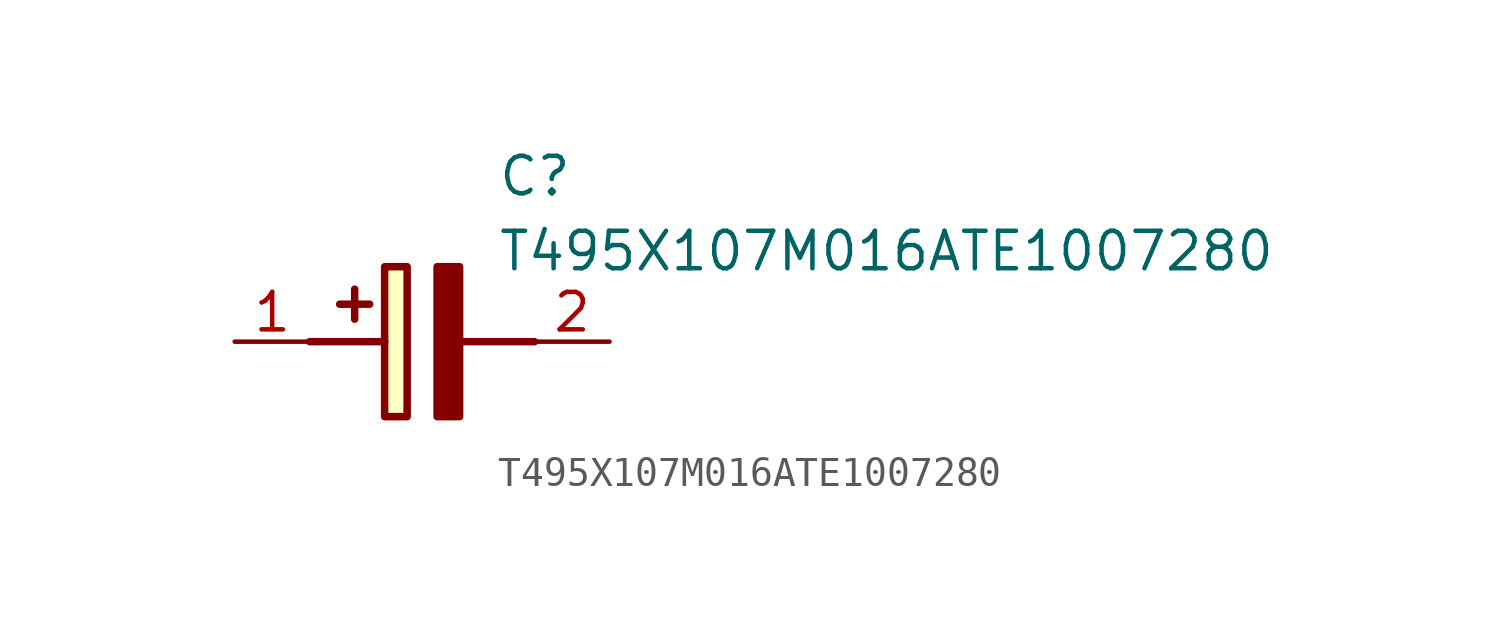
<source format=kicad_sym>
(kicad_symbol_lib
  (version 20211014)
  (generator SamacSys_ECAD_Model)
  (symbol "T495X107M016ATE1007280"
    (pin_names hide)
    (property "Reference" "C"
      (at 8.89 6.35 0)
      (effects (font (size 1.27 1.27)) (justify left top)))
    (property "Value" "T495X107M016ATE1007280"
      (at 8.89 3.81 0)
      (effects (font (size 1.27 1.27)) (justify left top)))
    (rectangle
      (start 5.08 2.54)
      (end 5.842 -2.54)
      (stroke (width 0.254) (type default))
      (fill (type background)))
    (polyline
      (pts (xy 4.572 1.27) (xy 3.556 1.27))
      (stroke (width 0.254) (type default))
      (fill (type none)))
    (polyline
      (pts (xy 4.064 1.778) (xy 4.064 0.762))
      (stroke (width 0.254) (type default))
      (fill (type none)))
    (polyline
      (pts (xy 2.54 0) (xy 5.08 0))
      (stroke (width 0.254) (type default))
      (fill (type none)))
    (polyline
      (pts (xy 7.62 0) (xy 10.16 0))
      (stroke (width 0.254) (type default))
      (fill (type none)))
    (polyline
      (pts (xy 7.62 2.54) (xy 7.62 -2.54) (xy 6.858 -2.54) (xy 6.858 2.54) (xy 7.62 2.54))
      (stroke (width 0.254) (type default))
      (fill (type outline)))
    (pin passive line
      (at 0 0 0)
      (length 2.54)
      (name "+" (effects (font (size 1.27 1.27))))
      (number "1" (effects (font (size 1.27 1.27)))))
    (pin passive line
      (at 12.7 0 180)
      (length 2.54)
      (name "-" (effects (font (size 1.27 1.27))))
      (number "2" (effects (font (size 1.27 1.27)))))))
</source>
